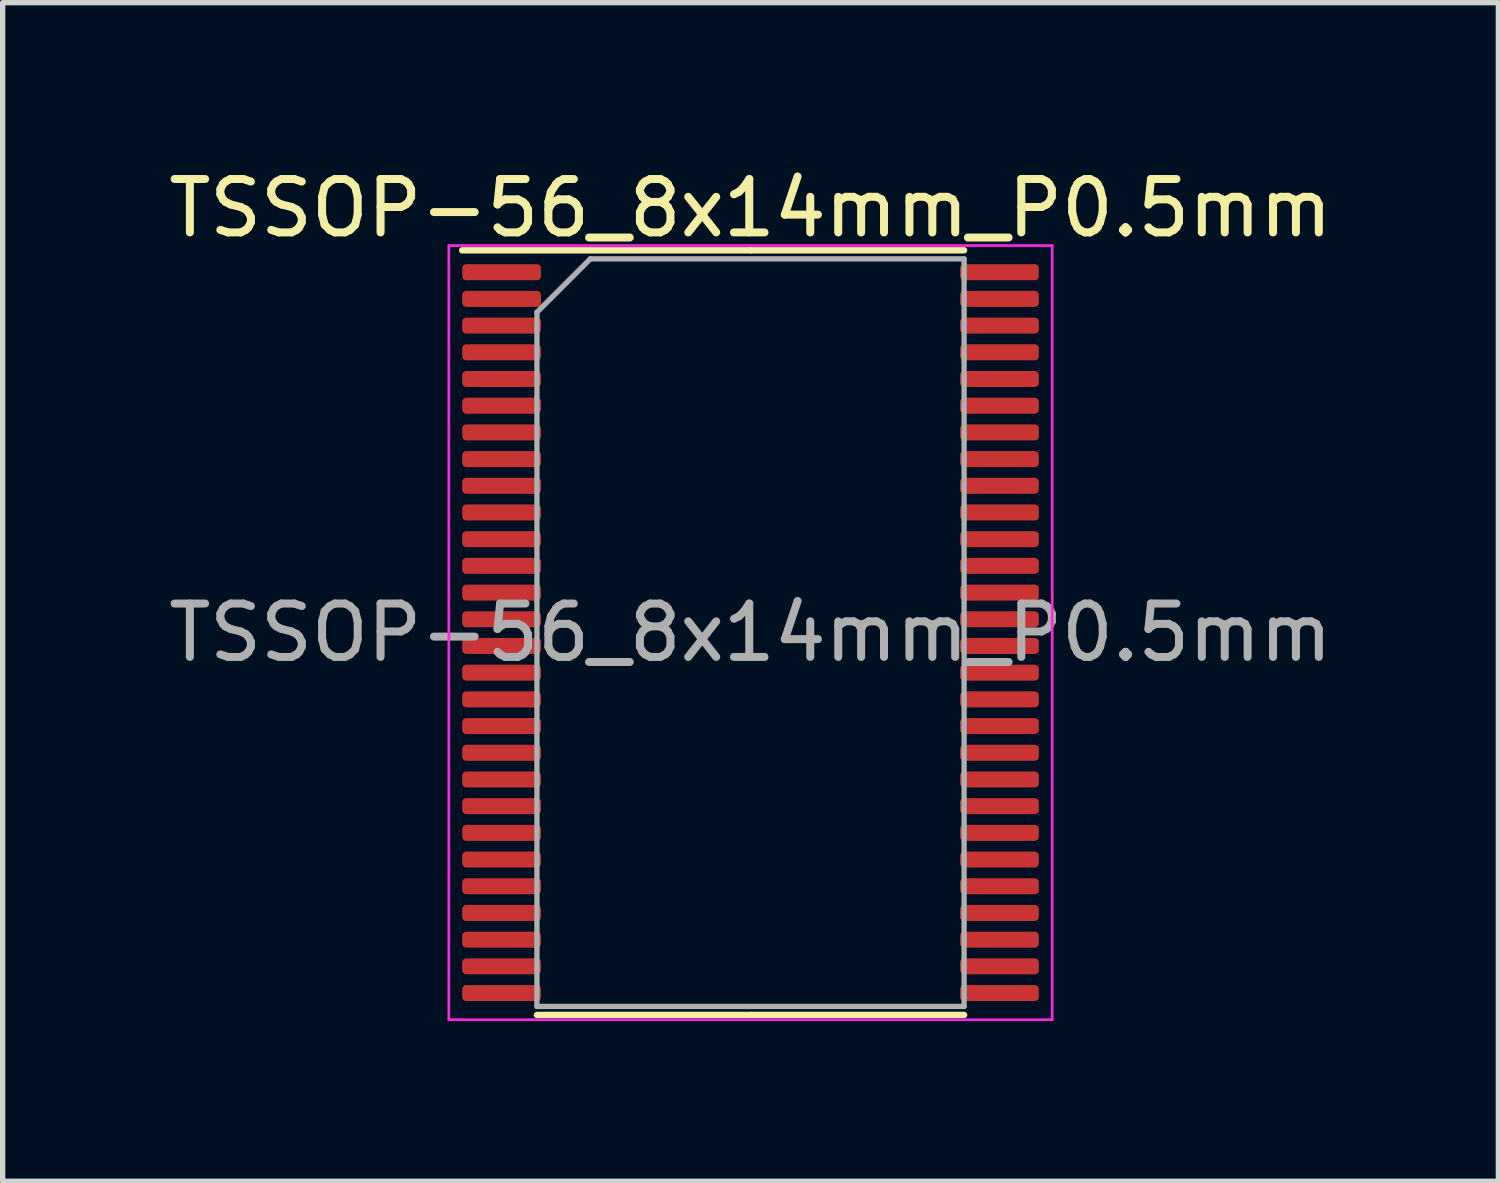
<source format=kicad_pcb>
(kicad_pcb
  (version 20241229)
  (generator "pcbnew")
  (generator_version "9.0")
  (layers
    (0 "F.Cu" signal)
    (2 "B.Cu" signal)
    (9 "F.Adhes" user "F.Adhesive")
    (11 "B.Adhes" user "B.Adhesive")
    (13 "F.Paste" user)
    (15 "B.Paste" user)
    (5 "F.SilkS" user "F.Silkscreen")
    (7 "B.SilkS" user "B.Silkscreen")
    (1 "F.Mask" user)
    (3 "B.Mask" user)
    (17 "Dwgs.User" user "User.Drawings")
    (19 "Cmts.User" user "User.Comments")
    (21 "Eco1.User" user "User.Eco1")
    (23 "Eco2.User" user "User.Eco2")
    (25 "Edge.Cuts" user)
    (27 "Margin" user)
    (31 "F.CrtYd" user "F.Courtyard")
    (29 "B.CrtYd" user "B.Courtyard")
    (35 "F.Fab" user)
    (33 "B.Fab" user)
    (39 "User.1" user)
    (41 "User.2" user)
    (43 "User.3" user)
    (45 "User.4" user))
  (footprint "TSSOP-56_8x14mm_P0.5mm"
    (layer "F.Cu")
    (at 11.006 8.798)
    (property "Reference" "TSSOP-56_8x14mm_P0.5mm" (at 0 -7.95 0) (layer "F.SilkS") (effects (font (size 1 1) (thickness 0.15))))
    (attr smd)
    (fp_line (start 0 -7.16) (end -5.4 -7.16) (stroke (width 0.12) (type solid)) (layer "F.SilkS"))
    (fp_line (start 0 -7.16) (end 4 -7.16) (stroke (width 0.12) (type solid)) (layer "F.SilkS"))
    (fp_line (start 0 7.16) (end -4 7.16) (stroke (width 0.12) (type solid)) (layer "F.SilkS"))
    (fp_line (start 0 7.16) (end 4 7.16) (stroke (width 0.12) (type solid)) (layer "F.SilkS"))
    (fp_line (start -5.65 -7.25) (end -5.65 7.25) (stroke (width 0.05) (type solid)) (layer "F.CrtYd"))
    (fp_line (start -5.65 7.25) (end 5.65 7.25) (stroke (width 0.05) (type solid)) (layer "F.CrtYd"))
    (fp_line (start 5.65 -7.25) (end -5.65 -7.25) (stroke (width 0.05) (type solid)) (layer "F.CrtYd"))
    (fp_line (start 5.65 7.25) (end 5.65 -7.25) (stroke (width 0.05) (type solid)) (layer "F.CrtYd"))
    (fp_line (start -4 -6) (end -3 -7) (stroke (width 0.1) (type solid)) (layer "F.Fab"))
    (fp_line (start -4 7) (end -4 -6) (stroke (width 0.1) (type solid)) (layer "F.Fab"))
    (fp_line (start -3 -7) (end 4 -7) (stroke (width 0.1) (type solid)) (layer "F.Fab"))
    (fp_line (start 4 -7) (end 4 7) (stroke (width 0.1) (type solid)) (layer "F.Fab"))
    (fp_line (start 4 7) (end -4 7) (stroke (width 0.1) (type solid)) (layer "F.Fab"))
    (fp_text user "${REFERENCE}" (at 0 0 0) (layer "F.Fab") (effects (font (size 1 1) (thickness 0.15))))
    (pad "1" smd roundrect (at -4.662 -6.75) (size 1.475 0.3) (layers "F.Cu" "F.Mask" "F.Paste") (roundrect_rratio 0.25))
    (pad "2" smd roundrect (at -4.662 -6.25) (size 1.475 0.3) (layers "F.Cu" "F.Mask" "F.Paste") (roundrect_rratio 0.25))
    (pad "3" smd roundrect (at -4.662 -5.75) (size 1.475 0.3) (layers "F.Cu" "F.Mask" "F.Paste") (roundrect_rratio 0.25))
    (pad "4" smd roundrect (at -4.662 -5.25) (size 1.475 0.3) (layers "F.Cu" "F.Mask" "F.Paste") (roundrect_rratio 0.25))
    (pad "5" smd roundrect (at -4.662 -4.75) (size 1.475 0.3) (layers "F.Cu" "F.Mask" "F.Paste") (roundrect_rratio 0.25))
    (pad "6" smd roundrect (at -4.662 -4.25) (size 1.475 0.3) (layers "F.Cu" "F.Mask" "F.Paste") (roundrect_rratio 0.25))
    (pad "7" smd roundrect (at -4.662 -3.75) (size 1.475 0.3) (layers "F.Cu" "F.Mask" "F.Paste") (roundrect_rratio 0.25))
    (pad "8" smd roundrect (at -4.662 -3.25) (size 1.475 0.3) (layers "F.Cu" "F.Mask" "F.Paste") (roundrect_rratio 0.25))
    (pad "9" smd roundrect (at -4.662 -2.75) (size 1.475 0.3) (layers "F.Cu" "F.Mask" "F.Paste") (roundrect_rratio 0.25))
    (pad "10" smd roundrect (at -4.662 -2.25) (size 1.475 0.3) (layers "F.Cu" "F.Mask" "F.Paste") (roundrect_rratio 0.25))
    (pad "11" smd roundrect (at -4.662 -1.75) (size 1.475 0.3) (layers "F.Cu" "F.Mask" "F.Paste") (roundrect_rratio 0.25))
    (pad "12" smd roundrect (at -4.662 -1.25) (size 1.475 0.3) (layers "F.Cu" "F.Mask" "F.Paste") (roundrect_rratio 0.25))
    (pad "13" smd roundrect (at -4.662 -0.75) (size 1.475 0.3) (layers "F.Cu" "F.Mask" "F.Paste") (roundrect_rratio 0.25))
    (pad "14" smd roundrect (at -4.662 -0.25) (size 1.475 0.3) (layers "F.Cu" "F.Mask" "F.Paste") (roundrect_rratio 0.25))
    (pad "15" smd roundrect (at -4.662 0.25) (size 1.475 0.3) (layers "F.Cu" "F.Mask" "F.Paste") (roundrect_rratio 0.25))
    (pad "16" smd roundrect (at -4.662 0.75) (size 1.475 0.3) (layers "F.Cu" "F.Mask" "F.Paste") (roundrect_rratio 0.25))
    (pad "17" smd roundrect (at -4.662 1.25) (size 1.475 0.3) (layers "F.Cu" "F.Mask" "F.Paste") (roundrect_rratio 0.25))
    (pad "18" smd roundrect (at -4.662 1.75) (size 1.475 0.3) (layers "F.Cu" "F.Mask" "F.Paste") (roundrect_rratio 0.25))
    (pad "19" smd roundrect (at -4.662 2.25) (size 1.475 0.3) (layers "F.Cu" "F.Mask" "F.Paste") (roundrect_rratio 0.25))
    (pad "20" smd roundrect (at -4.662 2.75) (size 1.475 0.3) (layers "F.Cu" "F.Mask" "F.Paste") (roundrect_rratio 0.25))
    (pad "21" smd roundrect (at -4.662 3.25) (size 1.475 0.3) (layers "F.Cu" "F.Mask" "F.Paste") (roundrect_rratio 0.25))
    (pad "22" smd roundrect (at -4.662 3.75) (size 1.475 0.3) (layers "F.Cu" "F.Mask" "F.Paste") (roundrect_rratio 0.25))
    (pad "23" smd roundrect (at -4.662 4.25) (size 1.475 0.3) (layers "F.Cu" "F.Mask" "F.Paste") (roundrect_rratio 0.25))
    (pad "24" smd roundrect (at -4.662 4.75) (size 1.475 0.3) (layers "F.Cu" "F.Mask" "F.Paste") (roundrect_rratio 0.25))
    (pad "25" smd roundrect (at -4.662 5.25) (size 1.475 0.3) (layers "F.Cu" "F.Mask" "F.Paste") (roundrect_rratio 0.25))
    (pad "26" smd roundrect (at -4.662 5.75) (size 1.475 0.3) (layers "F.Cu" "F.Mask" "F.Paste") (roundrect_rratio 0.25))
    (pad "27" smd roundrect (at -4.662 6.25) (size 1.475 0.3) (layers "F.Cu" "F.Mask" "F.Paste") (roundrect_rratio 0.25))
    (pad "28" smd roundrect (at -4.662 6.75) (size 1.475 0.3) (layers "F.Cu" "F.Mask" "F.Paste") (roundrect_rratio 0.25))
    (pad "29" smd roundrect (at 4.662 6.75) (size 1.475 0.3) (layers "F.Cu" "F.Mask" "F.Paste") (roundrect_rratio 0.25))
    (pad "30" smd roundrect (at 4.662 6.25) (size 1.475 0.3) (layers "F.Cu" "F.Mask" "F.Paste") (roundrect_rratio 0.25))
    (pad "31" smd roundrect (at 4.662 5.75) (size 1.475 0.3) (layers "F.Cu" "F.Mask" "F.Paste") (roundrect_rratio 0.25))
    (pad "32" smd roundrect (at 4.662 5.25) (size 1.475 0.3) (layers "F.Cu" "F.Mask" "F.Paste") (roundrect_rratio 0.25))
    (pad "33" smd roundrect (at 4.662 4.75) (size 1.475 0.3) (layers "F.Cu" "F.Mask" "F.Paste") (roundrect_rratio 0.25))
    (pad "34" smd roundrect (at 4.662 4.25) (size 1.475 0.3) (layers "F.Cu" "F.Mask" "F.Paste") (roundrect_rratio 0.25))
    (pad "35" smd roundrect (at 4.662 3.75) (size 1.475 0.3) (layers "F.Cu" "F.Mask" "F.Paste") (roundrect_rratio 0.25))
    (pad "36" smd roundrect (at 4.662 3.25) (size 1.475 0.3) (layers "F.Cu" "F.Mask" "F.Paste") (roundrect_rratio 0.25))
    (pad "37" smd roundrect (at 4.662 2.75) (size 1.475 0.3) (layers "F.Cu" "F.Mask" "F.Paste") (roundrect_rratio 0.25))
    (pad "38" smd roundrect (at 4.662 2.25) (size 1.475 0.3) (layers "F.Cu" "F.Mask" "F.Paste") (roundrect_rratio 0.25))
    (pad "39" smd roundrect (at 4.662 1.75) (size 1.475 0.3) (layers "F.Cu" "F.Mask" "F.Paste") (roundrect_rratio 0.25))
    (pad "40" smd roundrect (at 4.662 1.25) (size 1.475 0.3) (layers "F.Cu" "F.Mask" "F.Paste") (roundrect_rratio 0.25))
    (pad "41" smd roundrect (at 4.662 0.75) (size 1.475 0.3) (layers "F.Cu" "F.Mask" "F.Paste") (roundrect_rratio 0.25))
    (pad "42" smd roundrect (at 4.662 0.25) (size 1.475 0.3) (layers "F.Cu" "F.Mask" "F.Paste") (roundrect_rratio 0.25))
    (pad "43" smd roundrect (at 4.662 -0.25) (size 1.475 0.3) (layers "F.Cu" "F.Mask" "F.Paste") (roundrect_rratio 0.25))
    (pad "44" smd roundrect (at 4.662 -0.75) (size 1.475 0.3) (layers "F.Cu" "F.Mask" "F.Paste") (roundrect_rratio 0.25))
    (pad "45" smd roundrect (at 4.662 -1.25) (size 1.475 0.3) (layers "F.Cu" "F.Mask" "F.Paste") (roundrect_rratio 0.25))
    (pad "46" smd roundrect (at 4.662 -1.75) (size 1.475 0.3) (layers "F.Cu" "F.Mask" "F.Paste") (roundrect_rratio 0.25))
    (pad "47" smd roundrect (at 4.662 -2.25) (size 1.475 0.3) (layers "F.Cu" "F.Mask" "F.Paste") (roundrect_rratio 0.25))
    (pad "48" smd roundrect (at 4.662 -2.75) (size 1.475 0.3) (layers "F.Cu" "F.Mask" "F.Paste") (roundrect_rratio 0.25))
    (pad "49" smd roundrect (at 4.662 -3.25) (size 1.475 0.3) (layers "F.Cu" "F.Mask" "F.Paste") (roundrect_rratio 0.25))
    (pad "50" smd roundrect (at 4.662 -3.75) (size 1.475 0.3) (layers "F.Cu" "F.Mask" "F.Paste") (roundrect_rratio 0.25))
    (pad "51" smd roundrect (at 4.662 -4.25) (size 1.475 0.3) (layers "F.Cu" "F.Mask" "F.Paste") (roundrect_rratio 0.25))
    (pad "52" smd roundrect (at 4.662 -4.75) (size 1.475 0.3) (layers "F.Cu" "F.Mask" "F.Paste") (roundrect_rratio 0.25))
    (pad "53" smd roundrect (at 4.662 -5.25) (size 1.475 0.3) (layers "F.Cu" "F.Mask" "F.Paste") (roundrect_rratio 0.25))
    (pad "54" smd roundrect (at 4.662 -5.75) (size 1.475 0.3) (layers "F.Cu" "F.Mask" "F.Paste") (roundrect_rratio 0.25))
    (pad "55" smd roundrect (at 4.662 -6.25) (size 1.475 0.3) (layers "F.Cu" "F.Mask" "F.Paste") (roundrect_rratio 0.25))
    (pad "56" smd roundrect (at 4.662 -6.75) (size 1.475 0.3) (layers "F.Cu" "F.Mask" "F.Paste") (roundrect_rratio 0.25)))
  (gr_rect
    (start -3 -3)
    (end 25.012 19.073)
    (stroke (width 0.1) (type default))
    (fill no)
    (layer "Edge.Cuts")))
</source>
